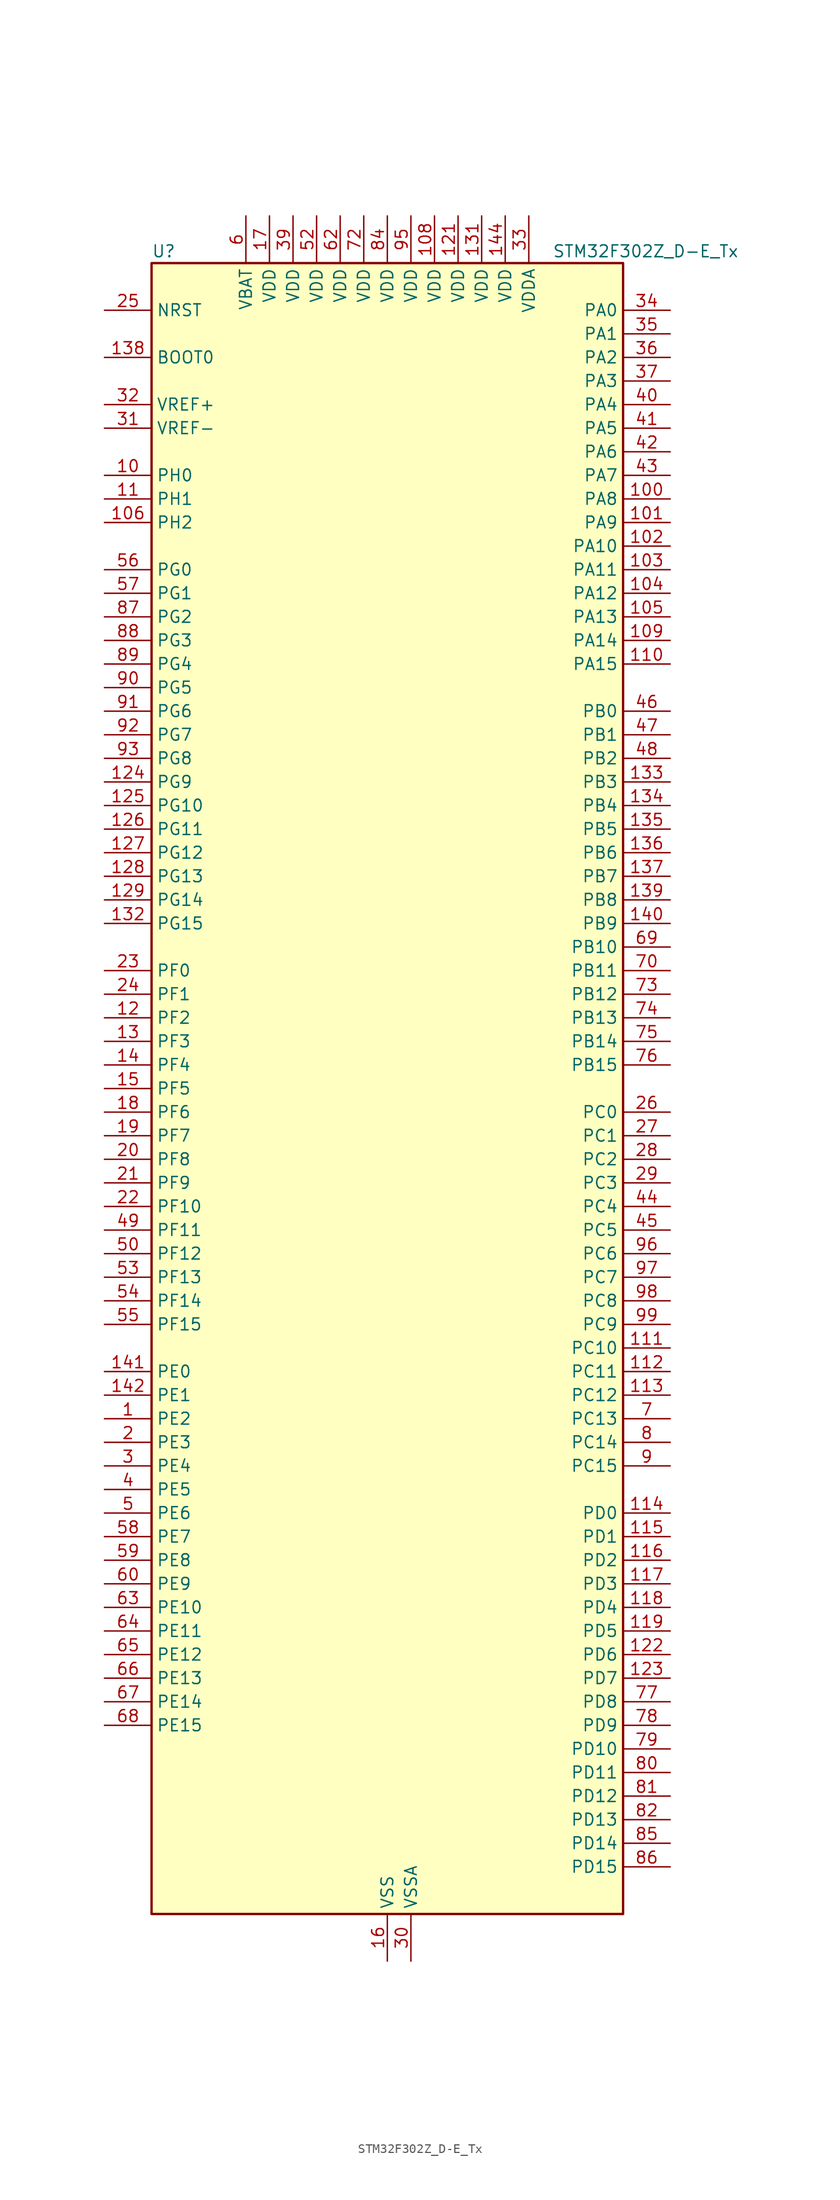
<source format=kicad_sym>
(kicad_symbol_lib
  (version 20241209)
  (generator "kicad_symbol_editor")
  (generator_version "9.0")
  (symbol "STM32F302Z_D-E_Tx"
    (property "Reference" "U"
      (at -25.4 90.17 0)
      (effects (font (size 1.27 1.27)) (justify left)))
    (property "Value" "STM32F302Z_D-E_Tx"
      (at 17.78 90.17 0)
      (effects (font (size 1.27 1.27)) (justify left)))
    (symbol "STM32F302Z_D-E_Tx_0_1"
      (rectangle (start -25.4 -88.9) (end 25.4 88.9) (stroke (width 0.254) (type default)) (fill (type background))))
    (symbol "STM32F302Z_D-E_Tx_1_1"
      (pin input line (at -30.48 83.82 0) (length 5.08) (name "NRST" (effects (font (size 1.27 1.27)))) (number "25" (effects (font (size 1.27 1.27)))))
      (pin input line (at -30.48 78.74 0) (length 5.08) (name "BOOT0" (effects (font (size 1.27 1.27)))) (number "138" (effects (font (size 1.27 1.27)))))
      (pin input line (at -30.48 73.66 0) (length 5.08) (name "VREF+" (effects (font (size 1.27 1.27)))) (number "32" (effects (font (size 1.27 1.27)))))
      (pin input line (at -30.48 71.12 0) (length 5.08) (name "VREF-" (effects (font (size 1.27 1.27)))) (number "31" (effects (font (size 1.27 1.27)))))
      (pin bidirectional line (at -30.48 66.04 0) (length 5.08) (name "PH0" (effects (font (size 1.27 1.27)))) (number "10" (effects (font (size 1.27 1.27)))) (alternate "FMC_A0" bidirectional line))
      (pin bidirectional line (at -30.48 63.5 0) (length 5.08) (name "PH1" (effects (font (size 1.27 1.27)))) (number "11" (effects (font (size 1.27 1.27)))) (alternate "FMC_A1" bidirectional line))
      (pin bidirectional line (at -30.48 60.96 0) (length 5.08) (name "PH2" (effects (font (size 1.27 1.27)))) (number "106" (effects (font (size 1.27 1.27)))))
      (pin bidirectional line (at -30.48 55.88 0) (length 5.08) (name "PG0" (effects (font (size 1.27 1.27)))) (number "56" (effects (font (size 1.27 1.27)))) (alternate "FMC_A10" bidirectional line))
      (pin bidirectional line (at -30.48 53.34 0) (length 5.08) (name "PG1" (effects (font (size 1.27 1.27)))) (number "57" (effects (font (size 1.27 1.27)))) (alternate "FMC_A11" bidirectional line))
      (pin bidirectional line (at -30.48 50.8 0) (length 5.08) (name "PG2" (effects (font (size 1.27 1.27)))) (number "87" (effects (font (size 1.27 1.27)))) (alternate "FMC_A12" bidirectional line))
      (pin bidirectional line (at -30.48 48.26 0) (length 5.08) (name "PG3" (effects (font (size 1.27 1.27)))) (number "88" (effects (font (size 1.27 1.27)))) (alternate "FMC_A13" bidirectional line))
      (pin bidirectional line (at -30.48 45.72 0) (length 5.08) (name "PG4" (effects (font (size 1.27 1.27)))) (number "89" (effects (font (size 1.27 1.27)))) (alternate "FMC_A14" bidirectional line))
      (pin bidirectional line (at -30.48 43.18 0) (length 5.08) (name "PG5" (effects (font (size 1.27 1.27)))) (number "90" (effects (font (size 1.27 1.27)))) (alternate "FMC_A15" bidirectional line))
      (pin bidirectional line (at -30.48 40.64 0) (length 5.08) (name "PG6" (effects (font (size 1.27 1.27)))) (number "91" (effects (font (size 1.27 1.27)))) (alternate "FMC_INT2" bidirectional line))
      (pin bidirectional line (at -30.48 38.1 0) (length 5.08) (name "PG7" (effects (font (size 1.27 1.27)))) (number "92" (effects (font (size 1.27 1.27)))) (alternate "FMC_INT3" bidirectional line))
      (pin bidirectional line (at -30.48 35.56 0) (length 5.08) (name "PG8" (effects (font (size 1.27 1.27)))) (number "93" (effects (font (size 1.27 1.27)))))
      (pin bidirectional line (at -30.48 33.02 0) (length 5.08) (name "PG9" (effects (font (size 1.27 1.27)))) (number "124" (effects (font (size 1.27 1.27)))) (alternate "DAC1_EXTI9" bidirectional line) (alternate "FMC_NCE3" bidirectional line) (alternate "FMC_NE2" bidirectional line))
      (pin bidirectional line (at -30.48 30.48 0) (length 5.08) (name "PG10" (effects (font (size 1.27 1.27)))) (number "125" (effects (font (size 1.27 1.27)))) (alternate "FMC_NCE4_1" bidirectional line) (alternate "FMC_NE3" bidirectional line))
      (pin bidirectional line (at -30.48 27.94 0) (length 5.08) (name "PG11" (effects (font (size 1.27 1.27)))) (number "126" (effects (font (size 1.27 1.27)))) (alternate "ADC1_EXTI11" bidirectional line) (alternate "ADC2_EXTI11" bidirectional line) (alternate "FMC_NCE4_2" bidirectional line))
      (pin bidirectional line (at -30.48 25.4 0) (length 5.08) (name "PG12" (effects (font (size 1.27 1.27)))) (number "127" (effects (font (size 1.27 1.27)))) (alternate "FMC_NE4" bidirectional line))
      (pin bidirectional line (at -30.48 22.86 0) (length 5.08) (name "PG13" (effects (font (size 1.27 1.27)))) (number "128" (effects (font (size 1.27 1.27)))) (alternate "FMC_A24" bidirectional line))
      (pin bidirectional line (at -30.48 20.32 0) (length 5.08) (name "PG14" (effects (font (size 1.27 1.27)))) (number "129" (effects (font (size 1.27 1.27)))) (alternate "FMC_A25" bidirectional line))
      (pin bidirectional line (at -30.48 17.78 0) (length 5.08) (name "PG15" (effects (font (size 1.27 1.27)))) (number "132" (effects (font (size 1.27 1.27)))) (alternate "ADC1_EXTI15" bidirectional line) (alternate "ADC2_EXTI15" bidirectional line))
      (pin bidirectional line (at -30.48 12.7 0) (length 5.08) (name "PF0" (effects (font (size 1.27 1.27)))) (number "23" (effects (font (size 1.27 1.27)))) (alternate "I2C2_SDA" bidirectional line) (alternate "I2S2_WS" bidirectional line) (alternate "RCC_OSC_IN" bidirectional line) (alternate "SPI2_NSS" bidirectional line) (alternate "TIM1_CH3N" bidirectional line))
      (pin bidirectional line (at -30.48 10.16 0) (length 5.08) (name "PF1" (effects (font (size 1.27 1.27)))) (number "24" (effects (font (size 1.27 1.27)))) (alternate "I2C2_SCL" bidirectional line) (alternate "I2S2_CK" bidirectional line) (alternate "RCC_OSC_OUT" bidirectional line) (alternate "SPI2_SCK" bidirectional line))
      (pin bidirectional line (at -30.48 7.62 0) (length 5.08) (name "PF2" (effects (font (size 1.27 1.27)))) (number "12" (effects (font (size 1.27 1.27)))) (alternate "ADC1_IN10" bidirectional line) (alternate "ADC2_IN10" bidirectional line) (alternate "FMC_A2" bidirectional line))
      (pin bidirectional line (at -30.48 5.08 0) (length 5.08) (name "PF3" (effects (font (size 1.27 1.27)))) (number "13" (effects (font (size 1.27 1.27)))) (alternate "FMC_A3" bidirectional line))
      (pin bidirectional line (at -30.48 2.54 0) (length 5.08) (name "PF4" (effects (font (size 1.27 1.27)))) (number "14" (effects (font (size 1.27 1.27)))) (alternate "ADC1_IN5" bidirectional line) (alternate "COMP1_OUT" bidirectional line) (alternate "FMC_A4" bidirectional line))
      (pin bidirectional line (at -30.48 0 0) (length 5.08) (name "PF5" (effects (font (size 1.27 1.27)))) (number "15" (effects (font (size 1.27 1.27)))) (alternate "FMC_A5" bidirectional line))
      (pin bidirectional line (at -30.48 -2.54 0) (length 5.08) (name "PF6" (effects (font (size 1.27 1.27)))) (number "18" (effects (font (size 1.27 1.27)))) (alternate "FMC_NIORD" bidirectional line) (alternate "I2C2_SCL" bidirectional line) (alternate "TIM4_CH4" bidirectional line) (alternate "USART3_DE" bidirectional line) (alternate "USART3_RTS" bidirectional line))
      (pin bidirectional line (at -30.48 -5.08 0) (length 5.08) (name "PF7" (effects (font (size 1.27 1.27)))) (number "19" (effects (font (size 1.27 1.27)))) (alternate "FMC_NREG" bidirectional line))
      (pin bidirectional line (at -30.48 -7.62 0) (length 5.08) (name "PF8" (effects (font (size 1.27 1.27)))) (number "20" (effects (font (size 1.27 1.27)))) (alternate "FMC_NIOWR" bidirectional line))
      (pin bidirectional line (at -30.48 -10.16 0) (length 5.08) (name "PF9" (effects (font (size 1.27 1.27)))) (number "21" (effects (font (size 1.27 1.27)))) (alternate "DAC1_EXTI9" bidirectional line) (alternate "FMC_CD" bidirectional line) (alternate "SPI2_SCK" bidirectional line) (alternate "TIM15_CH1" bidirectional line))
      (pin bidirectional line (at -30.48 -12.7 0) (length 5.08) (name "PF10" (effects (font (size 1.27 1.27)))) (number "22" (effects (font (size 1.27 1.27)))) (alternate "FMC_INTR" bidirectional line) (alternate "SPI2_SCK" bidirectional line) (alternate "TIM15_CH2" bidirectional line))
      (pin bidirectional line (at -30.48 -15.24 0) (length 5.08) (name "PF11" (effects (font (size 1.27 1.27)))) (number "49" (effects (font (size 1.27 1.27)))) (alternate "ADC1_EXTI11" bidirectional line) (alternate "ADC2_EXTI11" bidirectional line))
      (pin bidirectional line (at -30.48 -17.78 0) (length 5.08) (name "PF12" (effects (font (size 1.27 1.27)))) (number "50" (effects (font (size 1.27 1.27)))) (alternate "FMC_A6" bidirectional line))
      (pin bidirectional line (at -30.48 -20.32 0) (length 5.08) (name "PF13" (effects (font (size 1.27 1.27)))) (number "53" (effects (font (size 1.27 1.27)))) (alternate "FMC_A7" bidirectional line))
      (pin bidirectional line (at -30.48 -22.86 0) (length 5.08) (name "PF14" (effects (font (size 1.27 1.27)))) (number "54" (effects (font (size 1.27 1.27)))) (alternate "FMC_A8" bidirectional line))
      (pin bidirectional line (at -30.48 -25.4 0) (length 5.08) (name "PF15" (effects (font (size 1.27 1.27)))) (number "55" (effects (font (size 1.27 1.27)))) (alternate "ADC1_EXTI15" bidirectional line) (alternate "ADC2_EXTI15" bidirectional line) (alternate "FMC_A9" bidirectional line))
      (pin bidirectional line (at -30.48 -30.48 0) (length 5.08) (name "PE0" (effects (font (size 1.27 1.27)))) (number "141" (effects (font (size 1.27 1.27)))) (alternate "FMC_NBL0" bidirectional line) (alternate "TIM16_CH1" bidirectional line) (alternate "TIM4_ETR" bidirectional line) (alternate "USART1_TX" bidirectional line))
      (pin bidirectional line (at -30.48 -33.02 0) (length 5.08) (name "PE1" (effects (font (size 1.27 1.27)))) (number "142" (effects (font (size 1.27 1.27)))) (alternate "FMC_NBL1" bidirectional line) (alternate "TIM17_CH1" bidirectional line) (alternate "USART1_RX" bidirectional line))
      (pin bidirectional line (at -30.48 -35.56 0) (length 5.08) (name "PE2" (effects (font (size 1.27 1.27)))) (number "1" (effects (font (size 1.27 1.27)))) (alternate "FMC_A23" bidirectional line) (alternate "SPI4_SCK" bidirectional line) (alternate "SYS_TRACECK" bidirectional line) (alternate "TIM3_CH1" bidirectional line) (alternate "TSC_G7_IO1" bidirectional line))
      (pin bidirectional line (at -30.48 -38.1 0) (length 5.08) (name "PE3" (effects (font (size 1.27 1.27)))) (number "2" (effects (font (size 1.27 1.27)))) (alternate "FMC_A19" bidirectional line) (alternate "SPI4_NSS" bidirectional line) (alternate "SYS_TRACED0" bidirectional line) (alternate "TIM3_CH2" bidirectional line) (alternate "TSC_G7_IO2" bidirectional line))
      (pin bidirectional line (at -30.48 -40.64 0) (length 5.08) (name "PE4" (effects (font (size 1.27 1.27)))) (number "3" (effects (font (size 1.27 1.27)))) (alternate "FMC_A20" bidirectional line) (alternate "SPI4_NSS" bidirectional line) (alternate "SYS_TRACED1" bidirectional line) (alternate "TIM3_CH3" bidirectional line) (alternate "TSC_G7_IO3" bidirectional line))
      (pin bidirectional line (at -30.48 -43.18 0) (length 5.08) (name "PE5" (effects (font (size 1.27 1.27)))) (number "4" (effects (font (size 1.27 1.27)))) (alternate "FMC_A21" bidirectional line) (alternate "SPI4_MISO" bidirectional line) (alternate "SYS_TRACED2" bidirectional line) (alternate "TIM3_CH4" bidirectional line) (alternate "TSC_G7_IO4" bidirectional line))
      (pin bidirectional line (at -30.48 -45.72 0) (length 5.08) (name "PE6" (effects (font (size 1.27 1.27)))) (number "5" (effects (font (size 1.27 1.27)))) (alternate "FMC_A22" bidirectional line) (alternate "RTC_TAMP3" bidirectional line) (alternate "SPI4_MOSI" bidirectional line) (alternate "SYS_TRACED3" bidirectional line) (alternate "SYS_WKUP3" bidirectional line))
      (pin bidirectional line (at -30.48 -48.26 0) (length 5.08) (name "PE7" (effects (font (size 1.27 1.27)))) (number "58" (effects (font (size 1.27 1.27)))) (alternate "FMC_D4" bidirectional line) (alternate "FMC_DA4" bidirectional line) (alternate "TIM1_ETR" bidirectional line))
      (pin bidirectional line (at -30.48 -50.8 0) (length 5.08) (name "PE8" (effects (font (size 1.27 1.27)))) (number "59" (effects (font (size 1.27 1.27)))) (alternate "COMP4_INM" bidirectional line) (alternate "FMC_D5" bidirectional line) (alternate "FMC_DA5" bidirectional line) (alternate "TIM1_CH1N" bidirectional line))
      (pin bidirectional line (at -30.48 -53.34 0) (length 5.08) (name "PE9" (effects (font (size 1.27 1.27)))) (number "60" (effects (font (size 1.27 1.27)))) (alternate "DAC1_EXTI9" bidirectional line) (alternate "FMC_D6" bidirectional line) (alternate "FMC_DA6" bidirectional line) (alternate "TIM1_CH1" bidirectional line))
      (pin bidirectional line (at -30.48 -55.88 0) (length 5.08) (name "PE10" (effects (font (size 1.27 1.27)))) (number "63" (effects (font (size 1.27 1.27)))) (alternate "FMC_D7" bidirectional line) (alternate "FMC_DA7" bidirectional line) (alternate "TIM1_CH2N" bidirectional line))
      (pin bidirectional line (at -30.48 -58.42 0) (length 5.08) (name "PE11" (effects (font (size 1.27 1.27)))) (number "64" (effects (font (size 1.27 1.27)))) (alternate "ADC1_EXTI11" bidirectional line) (alternate "ADC2_EXTI11" bidirectional line) (alternate "FMC_D8" bidirectional line) (alternate "FMC_DA8" bidirectional line) (alternate "SPI4_NSS" bidirectional line) (alternate "TIM1_CH2" bidirectional line))
      (pin bidirectional line (at -30.48 -60.96 0) (length 5.08) (name "PE12" (effects (font (size 1.27 1.27)))) (number "65" (effects (font (size 1.27 1.27)))) (alternate "FMC_D9" bidirectional line) (alternate "FMC_DA9" bidirectional line) (alternate "SPI4_SCK" bidirectional line) (alternate "TIM1_CH3N" bidirectional line))
      (pin bidirectional line (at -30.48 -63.5 0) (length 5.08) (name "PE13" (effects (font (size 1.27 1.27)))) (number "66" (effects (font (size 1.27 1.27)))) (alternate "FMC_D10" bidirectional line) (alternate "FMC_DA10" bidirectional line) (alternate "SPI4_MISO" bidirectional line) (alternate "TIM1_CH3" bidirectional line))
      (pin bidirectional line (at -30.48 -66.04 0) (length 5.08) (name "PE14" (effects (font (size 1.27 1.27)))) (number "67" (effects (font (size 1.27 1.27)))) (alternate "FMC_D11" bidirectional line) (alternate "FMC_DA11" bidirectional line) (alternate "SPI4_MOSI" bidirectional line) (alternate "TIM1_BKIN2" bidirectional line) (alternate "TIM1_CH4" bidirectional line))
      (pin bidirectional line (at -30.48 -68.58 0) (length 5.08) (name "PE15" (effects (font (size 1.27 1.27)))) (number "68" (effects (font (size 1.27 1.27)))) (alternate "ADC1_EXTI15" bidirectional line) (alternate "ADC2_EXTI15" bidirectional line) (alternate "FMC_D12" bidirectional line) (alternate "FMC_DA12" bidirectional line) (alternate "TIM1_BKIN" bidirectional line) (alternate "USART3_RX" bidirectional line))
      (pin power_in line (at -15.24 93.98 270) (length 5.08) (name "VBAT" (effects (font (size 1.27 1.27)))) (number "6" (effects (font (size 1.27 1.27)))))
      (pin power_in line (at -12.7 93.98 270) (length 5.08) (name "VDD" (effects (font (size 1.27 1.27)))) (number "17" (effects (font (size 1.27 1.27)))))
      (pin power_in line (at -10.16 93.98 270) (length 5.08) (name "VDD" (effects (font (size 1.27 1.27)))) (number "39" (effects (font (size 1.27 1.27)))))
      (pin power_in line (at -7.62 93.98 270) (length 5.08) (name "VDD" (effects (font (size 1.27 1.27)))) (number "52" (effects (font (size 1.27 1.27)))))
      (pin power_in line (at -5.08 93.98 270) (length 5.08) (name "VDD" (effects (font (size 1.27 1.27)))) (number "62" (effects (font (size 1.27 1.27)))))
      (pin power_in line (at -2.54 93.98 270) (length 5.08) (name "VDD" (effects (font (size 1.27 1.27)))) (number "72" (effects (font (size 1.27 1.27)))))
      (pin power_in line (at 0 93.98 270) (length 5.08) (name "VDD" (effects (font (size 1.27 1.27)))) (number "84" (effects (font (size 1.27 1.27)))))
      (pin passive line (at 0 -93.98 90) (length 5.08) (hide yes) (name "VSS" (effects (font (size 1.27 1.27)))) (number "107" (effects (font (size 1.27 1.27)))))
      (pin passive line (at 0 -93.98 90) (length 5.08) (hide yes) (name "VSS" (effects (font (size 1.27 1.27)))) (number "120" (effects (font (size 1.27 1.27)))))
      (pin passive line (at 0 -93.98 90) (length 5.08) (hide yes) (name "VSS" (effects (font (size 1.27 1.27)))) (number "130" (effects (font (size 1.27 1.27)))))
      (pin passive line (at 0 -93.98 90) (length 5.08) (hide yes) (name "VSS" (effects (font (size 1.27 1.27)))) (number "143" (effects (font (size 1.27 1.27)))))
      (pin power_in line (at 0 -93.98 90) (length 5.08) (name "VSS" (effects (font (size 1.27 1.27)))) (number "16" (effects (font (size 1.27 1.27)))))
      (pin passive line (at 0 -93.98 90) (length 5.08) (hide yes) (name "VSS" (effects (font (size 1.27 1.27)))) (number "38" (effects (font (size 1.27 1.27)))))
      (pin passive line (at 0 -93.98 90) (length 5.08) (hide yes) (name "VSS" (effects (font (size 1.27 1.27)))) (number "51" (effects (font (size 1.27 1.27)))))
      (pin passive line (at 0 -93.98 90) (length 5.08) (hide yes) (name "VSS" (effects (font (size 1.27 1.27)))) (number "61" (effects (font (size 1.27 1.27)))))
      (pin passive line (at 0 -93.98 90) (length 5.08) (hide yes) (name "VSS" (effects (font (size 1.27 1.27)))) (number "71" (effects (font (size 1.27 1.27)))))
      (pin passive line (at 0 -93.98 90) (length 5.08) (hide yes) (name "VSS" (effects (font (size 1.27 1.27)))) (number "83" (effects (font (size 1.27 1.27)))))
      (pin passive line (at 0 -93.98 90) (length 5.08) (hide yes) (name "VSS" (effects (font (size 1.27 1.27)))) (number "94" (effects (font (size 1.27 1.27)))))
      (pin power_in line (at 2.54 93.98 270) (length 5.08) (name "VDD" (effects (font (size 1.27 1.27)))) (number "95" (effects (font (size 1.27 1.27)))))
      (pin power_in line (at 2.54 -93.98 90) (length 5.08) (name "VSSA" (effects (font (size 1.27 1.27)))) (number "30" (effects (font (size 1.27 1.27)))))
      (pin power_in line (at 5.08 93.98 270) (length 5.08) (name "VDD" (effects (font (size 1.27 1.27)))) (number "108" (effects (font (size 1.27 1.27)))))
      (pin power_in line (at 7.62 93.98 270) (length 5.08) (name "VDD" (effects (font (size 1.27 1.27)))) (number "121" (effects (font (size 1.27 1.27)))))
      (pin power_in line (at 10.16 93.98 270) (length 5.08) (name "VDD" (effects (font (size 1.27 1.27)))) (number "131" (effects (font (size 1.27 1.27)))))
      (pin power_in line (at 12.7 93.98 270) (length 5.08) (name "VDD" (effects (font (size 1.27 1.27)))) (number "144" (effects (font (size 1.27 1.27)))))
      (pin power_in line (at 15.24 93.98 270) (length 5.08) (name "VDDA" (effects (font (size 1.27 1.27)))) (number "33" (effects (font (size 1.27 1.27)))))
      (pin bidirectional line (at 30.48 83.82 180) (length 5.08) (name "PA0" (effects (font (size 1.27 1.27)))) (number "34" (effects (font (size 1.27 1.27)))) (alternate "ADC1_IN1" bidirectional line) (alternate "COMP1_INM" bidirectional line) (alternate "COMP1_OUT" bidirectional line) (alternate "RTC_TAMP2" bidirectional line) (alternate "SYS_WKUP1" bidirectional line) (alternate "TIM2_CH1" bidirectional line) (alternate "TIM2_ETR" bidirectional line) (alternate "TSC_G1_IO1" bidirectional line) (alternate "USART2_CTS" bidirectional line))
      (pin bidirectional line (at 30.48 81.28 180) (length 5.08) (name "PA1" (effects (font (size 1.27 1.27)))) (number "35" (effects (font (size 1.27 1.27)))) (alternate "ADC1_IN2" bidirectional line) (alternate "COMP1_INP" bidirectional line) (alternate "OPAMP1_VINP" bidirectional line) (alternate "OPAMP1_VINP_SEC" bidirectional line) (alternate "RTC_REFIN" bidirectional line) (alternate "TIM15_CH1N" bidirectional line) (alternate "TIM2_CH2" bidirectional line) (alternate "TSC_G1_IO2" bidirectional line) (alternate "USART2_DE" bidirectional line) (alternate "USART2_RTS" bidirectional line))
      (pin bidirectional line (at 30.48 78.74 180) (length 5.08) (name "PA2" (effects (font (size 1.27 1.27)))) (number "36" (effects (font (size 1.27 1.27)))) (alternate "ADC1_IN3" bidirectional line) (alternate "COMP2_INM" bidirectional line) (alternate "COMP2_OUT" bidirectional line) (alternate "OPAMP1_VOUT" bidirectional line) (alternate "TIM15_CH1" bidirectional line) (alternate "TIM2_CH3" bidirectional line) (alternate "TSC_G1_IO3" bidirectional line) (alternate "USART2_TX" bidirectional line))
      (pin bidirectional line (at 30.48 76.2 180) (length 5.08) (name "PA3" (effects (font (size 1.27 1.27)))) (number "37" (effects (font (size 1.27 1.27)))) (alternate "ADC1_IN4" bidirectional line) (alternate "OPAMP1_VINM" bidirectional line) (alternate "OPAMP1_VINM_SEC" bidirectional line) (alternate "OPAMP1_VINP" bidirectional line) (alternate "OPAMP1_VINP_SEC" bidirectional line) (alternate "TIM15_CH2" bidirectional line) (alternate "TIM2_CH4" bidirectional line) (alternate "TSC_G1_IO4" bidirectional line) (alternate "USART2_RX" bidirectional line))
      (pin bidirectional line (at 30.48 73.66 180) (length 5.08) (name "PA4" (effects (font (size 1.27 1.27)))) (number "40" (effects (font (size 1.27 1.27)))) (alternate "ADC2_IN1" bidirectional line) (alternate "COMP1_INM" bidirectional line) (alternate "COMP2_INM" bidirectional line) (alternate "COMP4_INM" bidirectional line) (alternate "COMP6_INM" bidirectional line) (alternate "DAC1_OUT1" bidirectional line) (alternate "I2S3_WS" bidirectional line) (alternate "SPI1_NSS" bidirectional line) (alternate "SPI3_NSS" bidirectional line) (alternate "TIM3_CH2" bidirectional line) (alternate "TSC_G2_IO1" bidirectional line) (alternate "USART2_CK" bidirectional line))
      (pin bidirectional line (at 30.48 71.12 180) (length 5.08) (name "PA5" (effects (font (size 1.27 1.27)))) (number "41" (effects (font (size 1.27 1.27)))) (alternate "ADC2_IN2" bidirectional line) (alternate "COMP1_INM" bidirectional line) (alternate "COMP2_INM" bidirectional line) (alternate "COMP4_INM" bidirectional line) (alternate "COMP6_INM" bidirectional line) (alternate "OPAMP1_VINP" bidirectional line) (alternate "OPAMP1_VINP_SEC" bidirectional line) (alternate "OPAMP2_VINM" bidirectional line) (alternate "OPAMP2_VINM_SEC" bidirectional line) (alternate "SPI1_SCK" bidirectional line) (alternate "TIM2_CH1" bidirectional line) (alternate "TIM2_ETR" bidirectional line) (alternate "TSC_G2_IO2" bidirectional line))
      (pin bidirectional line (at 30.48 68.58 180) (length 5.08) (name "PA6" (effects (font (size 1.27 1.27)))) (number "42" (effects (font (size 1.27 1.27)))) (alternate "ADC2_IN3" bidirectional line) (alternate "COMP1_OUT" bidirectional line) (alternate "OPAMP2_VOUT" bidirectional line) (alternate "SPI1_MISO" bidirectional line) (alternate "TIM16_CH1" bidirectional line) (alternate "TIM1_BKIN" bidirectional line) (alternate "TIM3_CH1" bidirectional line) (alternate "TSC_G2_IO3" bidirectional line))
      (pin bidirectional line (at 30.48 66.04 180) (length 5.08) (name "PA7" (effects (font (size 1.27 1.27)))) (number "43" (effects (font (size 1.27 1.27)))) (alternate "ADC2_IN4" bidirectional line) (alternate "COMP2_INP" bidirectional line) (alternate "OPAMP1_VINP" bidirectional line) (alternate "OPAMP1_VINP_SEC" bidirectional line) (alternate "OPAMP2_VINP" bidirectional line) (alternate "OPAMP2_VINP_SEC" bidirectional line) (alternate "SPI1_MOSI" bidirectional line) (alternate "TIM17_CH1" bidirectional line) (alternate "TIM1_CH1N" bidirectional line) (alternate "TIM3_CH2" bidirectional line) (alternate "TSC_G2_IO4" bidirectional line))
      (pin bidirectional line (at 30.48 63.5 180) (length 5.08) (name "PA8" (effects (font (size 1.27 1.27)))) (number "100" (effects (font (size 1.27 1.27)))) (alternate "I2C2_SMBA" bidirectional line) (alternate "I2C3_SCL" bidirectional line) (alternate "I2S2_MCK" bidirectional line) (alternate "RCC_MCO" bidirectional line) (alternate "TIM1_CH1" bidirectional line) (alternate "TIM4_ETR" bidirectional line) (alternate "USART1_CK" bidirectional line))
      (pin bidirectional line (at 30.48 60.96 180) (length 5.08) (name "PA9" (effects (font (size 1.27 1.27)))) (number "101" (effects (font (size 1.27 1.27)))) (alternate "DAC1_EXTI9" bidirectional line) (alternate "I2C2_SCL" bidirectional line) (alternate "I2C3_SMBA" bidirectional line) (alternate "I2S3_MCK" bidirectional line) (alternate "TIM15_BKIN" bidirectional line) (alternate "TIM1_CH2" bidirectional line) (alternate "TIM2_CH3" bidirectional line) (alternate "TSC_G4_IO1" bidirectional line) (alternate "USART1_TX" bidirectional line))
      (pin bidirectional line (at 30.48 58.42 180) (length 5.08) (name "PA10" (effects (font (size 1.27 1.27)))) (number "102" (effects (font (size 1.27 1.27)))) (alternate "COMP6_OUT" bidirectional line) (alternate "I2C2_SDA" bidirectional line) (alternate "I2S2_ext_SD" bidirectional line) (alternate "SPI2_MISO" bidirectional line) (alternate "TIM17_BKIN" bidirectional line) (alternate "TIM1_CH3" bidirectional line) (alternate "TIM2_CH4" bidirectional line) (alternate "TSC_G4_IO2" bidirectional line) (alternate "USART1_RX" bidirectional line))
      (pin bidirectional line (at 30.48 55.88 180) (length 5.08) (name "PA11" (effects (font (size 1.27 1.27)))) (number "103" (effects (font (size 1.27 1.27)))) (alternate "ADC1_EXTI11" bidirectional line) (alternate "ADC2_EXTI11" bidirectional line) (alternate "CAN_RX" bidirectional line) (alternate "COMP1_OUT" bidirectional line) (alternate "I2S2_SD" bidirectional line) (alternate "SPI2_MOSI" bidirectional line) (alternate "TIM1_BKIN2" bidirectional line) (alternate "TIM1_CH1N" bidirectional line) (alternate "TIM1_CH4" bidirectional line) (alternate "TIM4_CH1" bidirectional line) (alternate "USART1_CTS" bidirectional line) (alternate "USB_DM" bidirectional line))
      (pin bidirectional line (at 30.48 53.34 180) (length 5.08) (name "PA12" (effects (font (size 1.27 1.27)))) (number "104" (effects (font (size 1.27 1.27)))) (alternate "CAN_TX" bidirectional line) (alternate "COMP2_OUT" bidirectional line) (alternate "I2S_CKIN" bidirectional line) (alternate "TIM16_CH1" bidirectional line) (alternate "TIM1_CH2N" bidirectional line) (alternate "TIM1_ETR" bidirectional line) (alternate "TIM4_CH2" bidirectional line) (alternate "USART1_DE" bidirectional line) (alternate "USART1_RTS" bidirectional line) (alternate "USB_DP" bidirectional line))
      (pin bidirectional line (at 30.48 50.8 180) (length 5.08) (name "PA13" (effects (font (size 1.27 1.27)))) (number "105" (effects (font (size 1.27 1.27)))) (alternate "IR_OUT" bidirectional line) (alternate "SYS_JTMS-SWDIO" bidirectional line) (alternate "TIM16_CH1N" bidirectional line) (alternate "TIM4_CH3" bidirectional line) (alternate "TSC_G4_IO3" bidirectional line) (alternate "USART3_CTS" bidirectional line))
      (pin bidirectional line (at 30.48 48.26 180) (length 5.08) (name "PA14" (effects (font (size 1.27 1.27)))) (number "109" (effects (font (size 1.27 1.27)))) (alternate "I2C1_SDA" bidirectional line) (alternate "SYS_JTCK-SWCLK" bidirectional line) (alternate "TIM1_BKIN" bidirectional line) (alternate "TSC_G4_IO4" bidirectional line) (alternate "USART2_TX" bidirectional line))
      (pin bidirectional line (at 30.48 45.72 180) (length 5.08) (name "PA15" (effects (font (size 1.27 1.27)))) (number "110" (effects (font (size 1.27 1.27)))) (alternate "ADC1_EXTI15" bidirectional line) (alternate "ADC2_EXTI15" bidirectional line) (alternate "I2C1_SCL" bidirectional line) (alternate "I2S3_WS" bidirectional line) (alternate "SPI1_NSS" bidirectional line) (alternate "SPI3_NSS" bidirectional line) (alternate "SYS_JTDI" bidirectional line) (alternate "TIM1_BKIN" bidirectional line) (alternate "TIM2_CH1" bidirectional line) (alternate "TIM2_ETR" bidirectional line) (alternate "TSC_SYNC" bidirectional line) (alternate "USART2_RX" bidirectional line))
      (pin bidirectional line (at 30.48 40.64 180) (length 5.08) (name "PB0" (effects (font (size 1.27 1.27)))) (number "46" (effects (font (size 1.27 1.27)))) (alternate "COMP4_INP" bidirectional line) (alternate "OPAMP2_VINP" bidirectional line) (alternate "OPAMP2_VINP_SEC" bidirectional line) (alternate "TIM1_CH2N" bidirectional line) (alternate "TIM3_CH3" bidirectional line) (alternate "TSC_G3_IO2" bidirectional line))
      (pin bidirectional line (at 30.48 38.1 180) (length 5.08) (name "PB1" (effects (font (size 1.27 1.27)))) (number "47" (effects (font (size 1.27 1.27)))) (alternate "COMP4_OUT" bidirectional line) (alternate "TIM1_CH3N" bidirectional line) (alternate "TIM3_CH4" bidirectional line) (alternate "TSC_G3_IO3" bidirectional line))
      (pin bidirectional line (at 30.48 35.56 180) (length 5.08) (name "PB2" (effects (font (size 1.27 1.27)))) (number "48" (effects (font (size 1.27 1.27)))) (alternate "ADC2_IN12" bidirectional line) (alternate "COMP4_INM" bidirectional line) (alternate "TSC_G3_IO4" bidirectional line))
      (pin bidirectional line (at 30.48 33.02 180) (length 5.08) (name "PB3" (effects (font (size 1.27 1.27)))) (number "133" (effects (font (size 1.27 1.27)))) (alternate "I2S3_CK" bidirectional line) (alternate "SPI1_SCK" bidirectional line) (alternate "SPI3_SCK" bidirectional line) (alternate "SYS_JTDO-TRACESWO" bidirectional line) (alternate "TIM2_CH2" bidirectional line) (alternate "TIM3_ETR" bidirectional line) (alternate "TIM4_ETR" bidirectional line) (alternate "TSC_G5_IO1" bidirectional line) (alternate "USART2_TX" bidirectional line))
      (pin bidirectional line (at 30.48 30.48 180) (length 5.08) (name "PB4" (effects (font (size 1.27 1.27)))) (number "134" (effects (font (size 1.27 1.27)))) (alternate "I2S3_ext_SD" bidirectional line) (alternate "SPI1_MISO" bidirectional line) (alternate "SPI3_MISO" bidirectional line) (alternate "SYS_NJTRST" bidirectional line) (alternate "TIM16_CH1" bidirectional line) (alternate "TIM17_BKIN" bidirectional line) (alternate "TIM3_CH1" bidirectional line) (alternate "TSC_G5_IO2" bidirectional line) (alternate "USART2_RX" bidirectional line))
      (pin bidirectional line (at 30.48 27.94 180) (length 5.08) (name "PB5" (effects (font (size 1.27 1.27)))) (number "135" (effects (font (size 1.27 1.27)))) (alternate "I2C1_SMBA" bidirectional line) (alternate "I2C3_SDA" bidirectional line) (alternate "I2S3_SD" bidirectional line) (alternate "SPI1_MOSI" bidirectional line) (alternate "SPI3_MOSI" bidirectional line) (alternate "TIM16_BKIN" bidirectional line) (alternate "TIM17_CH1" bidirectional line) (alternate "TIM3_CH2" bidirectional line) (alternate "USART2_CK" bidirectional line))
      (pin bidirectional line (at 30.48 25.4 180) (length 5.08) (name "PB6" (effects (font (size 1.27 1.27)))) (number "136" (effects (font (size 1.27 1.27)))) (alternate "I2C1_SCL" bidirectional line) (alternate "TIM16_CH1N" bidirectional line) (alternate "TIM4_CH1" bidirectional line) (alternate "TSC_G5_IO3" bidirectional line) (alternate "USART1_TX" bidirectional line))
      (pin bidirectional line (at 30.48 22.86 180) (length 5.08) (name "PB7" (effects (font (size 1.27 1.27)))) (number "137" (effects (font (size 1.27 1.27)))) (alternate "FMC_NL" bidirectional line) (alternate "I2C1_SDA" bidirectional line) (alternate "TIM17_CH1N" bidirectional line) (alternate "TIM3_CH4" bidirectional line) (alternate "TIM4_CH2" bidirectional line) (alternate "TSC_G5_IO4" bidirectional line) (alternate "USART1_RX" bidirectional line))
      (pin bidirectional line (at 30.48 20.32 180) (length 5.08) (name "PB8" (effects (font (size 1.27 1.27)))) (number "139" (effects (font (size 1.27 1.27)))) (alternate "CAN_RX" bidirectional line) (alternate "COMP1_OUT" bidirectional line) (alternate "I2C1_SCL" bidirectional line) (alternate "TIM16_CH1" bidirectional line) (alternate "TIM1_BKIN" bidirectional line) (alternate "TIM4_CH3" bidirectional line) (alternate "TSC_SYNC" bidirectional line) (alternate "USART3_RX" bidirectional line))
      (pin bidirectional line (at 30.48 17.78 180) (length 5.08) (name "PB9" (effects (font (size 1.27 1.27)))) (number "140" (effects (font (size 1.27 1.27)))) (alternate "CAN_TX" bidirectional line) (alternate "COMP2_OUT" bidirectional line) (alternate "DAC1_EXTI9" bidirectional line) (alternate "I2C1_SDA" bidirectional line) (alternate "IR_OUT" bidirectional line) (alternate "TIM17_CH1" bidirectional line) (alternate "TIM4_CH4" bidirectional line) (alternate "USART3_TX" bidirectional line))
      (pin bidirectional line (at 30.48 15.24 180) (length 5.08) (name "PB10" (effects (font (size 1.27 1.27)))) (number "69" (effects (font (size 1.27 1.27)))) (alternate "TIM2_CH3" bidirectional line) (alternate "TSC_SYNC" bidirectional line) (alternate "USART3_TX" bidirectional line))
      (pin bidirectional line (at 30.48 12.7 180) (length 5.08) (name "PB11" (effects (font (size 1.27 1.27)))) (number "70" (effects (font (size 1.27 1.27)))) (alternate "ADC1_EXTI11" bidirectional line) (alternate "ADC1_IN14" bidirectional line) (alternate "ADC2_EXTI11" bidirectional line) (alternate "ADC2_IN14" bidirectional line) (alternate "COMP6_INP" bidirectional line) (alternate "TIM2_CH4" bidirectional line) (alternate "TSC_G6_IO1" bidirectional line) (alternate "USART3_RX" bidirectional line))
      (pin bidirectional line (at 30.48 10.16 180) (length 5.08) (name "PB12" (effects (font (size 1.27 1.27)))) (number "73" (effects (font (size 1.27 1.27)))) (alternate "I2C2_SMBA" bidirectional line) (alternate "I2S2_WS" bidirectional line) (alternate "SPI2_NSS" bidirectional line) (alternate "TIM1_BKIN" bidirectional line) (alternate "TSC_G6_IO2" bidirectional line) (alternate "USART3_CK" bidirectional line))
      (pin bidirectional line (at 30.48 7.62 180) (length 5.08) (name "PB13" (effects (font (size 1.27 1.27)))) (number "74" (effects (font (size 1.27 1.27)))) (alternate "I2S2_CK" bidirectional line) (alternate "SPI2_SCK" bidirectional line) (alternate "TIM1_CH1N" bidirectional line) (alternate "TSC_G6_IO3" bidirectional line) (alternate "USART3_CTS" bidirectional line))
      (pin bidirectional line (at 30.48 5.08 180) (length 5.08) (name "PB14" (effects (font (size 1.27 1.27)))) (number "75" (effects (font (size 1.27 1.27)))) (alternate "I2S2_ext_SD" bidirectional line) (alternate "OPAMP2_VINP" bidirectional line) (alternate "OPAMP2_VINP_SEC" bidirectional line) (alternate "SPI2_MISO" bidirectional line) (alternate "TIM15_CH1" bidirectional line) (alternate "TIM1_CH2N" bidirectional line) (alternate "TSC_G6_IO4" bidirectional line) (alternate "USART3_DE" bidirectional line) (alternate "USART3_RTS" bidirectional line))
      (pin bidirectional line (at 30.48 2.54 180) (length 5.08) (name "PB15" (effects (font (size 1.27 1.27)))) (number "76" (effects (font (size 1.27 1.27)))) (alternate "ADC1_EXTI15" bidirectional line) (alternate "ADC2_EXTI15" bidirectional line) (alternate "COMP6_INM" bidirectional line) (alternate "I2S2_SD" bidirectional line) (alternate "RTC_REFIN" bidirectional line) (alternate "SPI2_MOSI" bidirectional line) (alternate "TIM15_CH1N" bidirectional line) (alternate "TIM15_CH2" bidirectional line) (alternate "TIM1_CH3N" bidirectional line))
      (pin bidirectional line (at 30.48 -2.54 180) (length 5.08) (name "PC0" (effects (font (size 1.27 1.27)))) (number "26" (effects (font (size 1.27 1.27)))) (alternate "ADC1_IN6" bidirectional line) (alternate "ADC2_IN6" bidirectional line) (alternate "TIM1_CH1" bidirectional line))
      (pin bidirectional line (at 30.48 -5.08 180) (length 5.08) (name "PC1" (effects (font (size 1.27 1.27)))) (number "27" (effects (font (size 1.27 1.27)))) (alternate "ADC1_IN7" bidirectional line) (alternate "ADC2_IN7" bidirectional line) (alternate "TIM1_CH2" bidirectional line))
      (pin bidirectional line (at 30.48 -7.62 180) (length 5.08) (name "PC2" (effects (font (size 1.27 1.27)))) (number "28" (effects (font (size 1.27 1.27)))) (alternate "ADC1_IN8" bidirectional line) (alternate "ADC2_IN8" bidirectional line) (alternate "TIM1_CH3" bidirectional line))
      (pin bidirectional line (at 30.48 -10.16 180) (length 5.08) (name "PC3" (effects (font (size 1.27 1.27)))) (number "29" (effects (font (size 1.27 1.27)))) (alternate "ADC1_IN9" bidirectional line) (alternate "ADC2_IN9" bidirectional line) (alternate "TIM1_BKIN2" bidirectional line) (alternate "TIM1_CH4" bidirectional line))
      (pin bidirectional line (at 30.48 -12.7 180) (length 5.08) (name "PC4" (effects (font (size 1.27 1.27)))) (number "44" (effects (font (size 1.27 1.27)))) (alternate "ADC2_IN5" bidirectional line) (alternate "TIM1_ETR" bidirectional line) (alternate "USART1_TX" bidirectional line))
      (pin bidirectional line (at 30.48 -15.24 180) (length 5.08) (name "PC5" (effects (font (size 1.27 1.27)))) (number "45" (effects (font (size 1.27 1.27)))) (alternate "ADC2_IN11" bidirectional line) (alternate "OPAMP1_VINM" bidirectional line) (alternate "OPAMP1_VINM_SEC" bidirectional line) (alternate "OPAMP2_VINM" bidirectional line) (alternate "OPAMP2_VINM_SEC" bidirectional line) (alternate "TIM15_BKIN" bidirectional line) (alternate "TSC_G3_IO1" bidirectional line) (alternate "USART1_RX" bidirectional line))
      (pin bidirectional line (at 30.48 -17.78 180) (length 5.08) (name "PC6" (effects (font (size 1.27 1.27)))) (number "96" (effects (font (size 1.27 1.27)))) (alternate "COMP6_OUT" bidirectional line) (alternate "I2S2_MCK" bidirectional line) (alternate "TIM3_CH1" bidirectional line))
      (pin bidirectional line (at 30.48 -20.32 180) (length 5.08) (name "PC7" (effects (font (size 1.27 1.27)))) (number "97" (effects (font (size 1.27 1.27)))) (alternate "I2S3_MCK" bidirectional line) (alternate "TIM3_CH2" bidirectional line))
      (pin bidirectional line (at 30.48 -22.86 180) (length 5.08) (name "PC8" (effects (font (size 1.27 1.27)))) (number "98" (effects (font (size 1.27 1.27)))) (alternate "TIM3_CH3" bidirectional line))
      (pin bidirectional line (at 30.48 -25.4 180) (length 5.08) (name "PC9" (effects (font (size 1.27 1.27)))) (number "99" (effects (font (size 1.27 1.27)))) (alternate "DAC1_EXTI9" bidirectional line) (alternate "I2C3_SDA" bidirectional line) (alternate "I2S_CKIN" bidirectional line) (alternate "TIM3_CH4" bidirectional line))
      (pin bidirectional line (at 30.48 -27.94 180) (length 5.08) (name "PC10" (effects (font (size 1.27 1.27)))) (number "111" (effects (font (size 1.27 1.27)))) (alternate "I2S3_CK" bidirectional line) (alternate "SPI3_SCK" bidirectional line) (alternate "UART4_TX" bidirectional line) (alternate "USART3_TX" bidirectional line))
      (pin bidirectional line (at 30.48 -30.48 180) (length 5.08) (name "PC11" (effects (font (size 1.27 1.27)))) (number "112" (effects (font (size 1.27 1.27)))) (alternate "ADC1_EXTI11" bidirectional line) (alternate "ADC2_EXTI11" bidirectional line) (alternate "I2S3_ext_SD" bidirectional line) (alternate "SPI3_MISO" bidirectional line) (alternate "UART4_RX" bidirectional line) (alternate "USART3_RX" bidirectional line))
      (pin bidirectional line (at 30.48 -33.02 180) (length 5.08) (name "PC12" (effects (font (size 1.27 1.27)))) (number "113" (effects (font (size 1.27 1.27)))) (alternate "I2S3_SD" bidirectional line) (alternate "SPI3_MOSI" bidirectional line) (alternate "UART5_TX" bidirectional line) (alternate "USART3_CK" bidirectional line))
      (pin bidirectional line (at 30.48 -35.56 180) (length 5.08) (name "PC13" (effects (font (size 1.27 1.27)))) (number "7" (effects (font (size 1.27 1.27)))) (alternate "RTC_OUT_ALARM" bidirectional line) (alternate "RTC_OUT_CALIB" bidirectional line) (alternate "RTC_TAMP1" bidirectional line) (alternate "RTC_TS" bidirectional line) (alternate "SYS_WKUP2" bidirectional line) (alternate "TIM1_CH1N" bidirectional line))
      (pin bidirectional line (at 30.48 -38.1 180) (length 5.08) (name "PC14" (effects (font (size 1.27 1.27)))) (number "8" (effects (font (size 1.27 1.27)))) (alternate "RCC_OSC32_IN" bidirectional line))
      (pin bidirectional line (at 30.48 -40.64 180) (length 5.08) (name "PC15" (effects (font (size 1.27 1.27)))) (number "9" (effects (font (size 1.27 1.27)))) (alternate "ADC1_EXTI15" bidirectional line) (alternate "ADC2_EXTI15" bidirectional line) (alternate "RCC_OSC32_OUT" bidirectional line))
      (pin bidirectional line (at 30.48 -45.72 180) (length 5.08) (name "PD0" (effects (font (size 1.27 1.27)))) (number "114" (effects (font (size 1.27 1.27)))) (alternate "CAN_RX" bidirectional line) (alternate "FMC_D2" bidirectional line) (alternate "FMC_DA2" bidirectional line))
      (pin bidirectional line (at 30.48 -48.26 180) (length 5.08) (name "PD1" (effects (font (size 1.27 1.27)))) (number "115" (effects (font (size 1.27 1.27)))) (alternate "CAN_TX" bidirectional line) (alternate "FMC_D3" bidirectional line) (alternate "FMC_DA3" bidirectional line))
      (pin bidirectional line (at 30.48 -50.8 180) (length 5.08) (name "PD2" (effects (font (size 1.27 1.27)))) (number "116" (effects (font (size 1.27 1.27)))) (alternate "TIM3_ETR" bidirectional line) (alternate "UART5_RX" bidirectional line))
      (pin bidirectional line (at 30.48 -53.34 180) (length 5.08) (name "PD3" (effects (font (size 1.27 1.27)))) (number "117" (effects (font (size 1.27 1.27)))) (alternate "FMC_CLK" bidirectional line) (alternate "TIM2_CH1" bidirectional line) (alternate "TIM2_ETR" bidirectional line) (alternate "USART2_CTS" bidirectional line))
      (pin bidirectional line (at 30.48 -55.88 180) (length 5.08) (name "PD4" (effects (font (size 1.27 1.27)))) (number "118" (effects (font (size 1.27 1.27)))) (alternate "FMC_NOE" bidirectional line) (alternate "TIM2_CH2" bidirectional line) (alternate "USART2_DE" bidirectional line) (alternate "USART2_RTS" bidirectional line))
      (pin bidirectional line (at 30.48 -58.42 180) (length 5.08) (name "PD5" (effects (font (size 1.27 1.27)))) (number "119" (effects (font (size 1.27 1.27)))) (alternate "FMC_NWE" bidirectional line) (alternate "USART2_TX" bidirectional line))
      (pin bidirectional line (at 30.48 -60.96 180) (length 5.08) (name "PD6" (effects (font (size 1.27 1.27)))) (number "122" (effects (font (size 1.27 1.27)))) (alternate "FMC_NWAIT" bidirectional line) (alternate "TIM2_CH4" bidirectional line) (alternate "USART2_RX" bidirectional line))
      (pin bidirectional line (at 30.48 -63.5 180) (length 5.08) (name "PD7" (effects (font (size 1.27 1.27)))) (number "123" (effects (font (size 1.27 1.27)))) (alternate "FMC_NCE2" bidirectional line) (alternate "FMC_NE1" bidirectional line) (alternate "TIM2_CH3" bidirectional line) (alternate "USART2_CK" bidirectional line))
      (pin bidirectional line (at 30.48 -66.04 180) (length 5.08) (name "PD8" (effects (font (size 1.27 1.27)))) (number "77" (effects (font (size 1.27 1.27)))) (alternate "FMC_D13" bidirectional line) (alternate "FMC_DA13" bidirectional line) (alternate "USART3_TX" bidirectional line))
      (pin bidirectional line (at 30.48 -68.58 180) (length 5.08) (name "PD9" (effects (font (size 1.27 1.27)))) (number "78" (effects (font (size 1.27 1.27)))) (alternate "DAC1_EXTI9" bidirectional line) (alternate "FMC_D14" bidirectional line) (alternate "FMC_DA14" bidirectional line) (alternate "USART3_RX" bidirectional line))
      (pin bidirectional line (at 30.48 -71.12 180) (length 5.08) (name "PD10" (effects (font (size 1.27 1.27)))) (number "79" (effects (font (size 1.27 1.27)))) (alternate "COMP6_INM" bidirectional line) (alternate "FMC_D15" bidirectional line) (alternate "FMC_DA15" bidirectional line) (alternate "USART3_CK" bidirectional line))
      (pin bidirectional line (at 30.48 -73.66 180) (length 5.08) (name "PD11" (effects (font (size 1.27 1.27)))) (number "80" (effects (font (size 1.27 1.27)))) (alternate "ADC1_EXTI11" bidirectional line) (alternate "ADC2_EXTI11" bidirectional line) (alternate "FMC_A16" bidirectional line) (alternate "FMC_CLE" bidirectional line) (alternate "USART3_CTS" bidirectional line))
      (pin bidirectional line (at 30.48 -76.2 180) (length 5.08) (name "PD12" (effects (font (size 1.27 1.27)))) (number "81" (effects (font (size 1.27 1.27)))) (alternate "FMC_A17" bidirectional line) (alternate "FMC_ALE" bidirectional line) (alternate "TIM4_CH1" bidirectional line) (alternate "TSC_G8_IO1" bidirectional line) (alternate "USART3_DE" bidirectional line) (alternate "USART3_RTS" bidirectional line))
      (pin bidirectional line (at 30.48 -78.74 180) (length 5.08) (name "PD13" (effects (font (size 1.27 1.27)))) (number "82" (effects (font (size 1.27 1.27)))) (alternate "FMC_A18" bidirectional line) (alternate "TIM4_CH2" bidirectional line) (alternate "TSC_G8_IO2" bidirectional line))
      (pin bidirectional line (at 30.48 -81.28 180) (length 5.08) (name "PD14" (effects (font (size 1.27 1.27)))) (number "85" (effects (font (size 1.27 1.27)))) (alternate "FMC_D0" bidirectional line) (alternate "FMC_DA0" bidirectional line) (alternate "OPAMP2_VINP" bidirectional line) (alternate "OPAMP2_VINP_SEC" bidirectional line) (alternate "TIM4_CH3" bidirectional line) (alternate "TSC_G8_IO3" bidirectional line))
      (pin bidirectional line (at 30.48 -83.82 180) (length 5.08) (name "PD15" (effects (font (size 1.27 1.27)))) (number "86" (effects (font (size 1.27 1.27)))) (alternate "ADC1_EXTI15" bidirectional line) (alternate "ADC2_EXTI15" bidirectional line) (alternate "FMC_D1" bidirectional line) (alternate "FMC_DA1" bidirectional line) (alternate "SPI2_NSS" bidirectional line) (alternate "TIM4_CH4" bidirectional line) (alternate "TSC_G8_IO4" bidirectional line)))))
</source>
